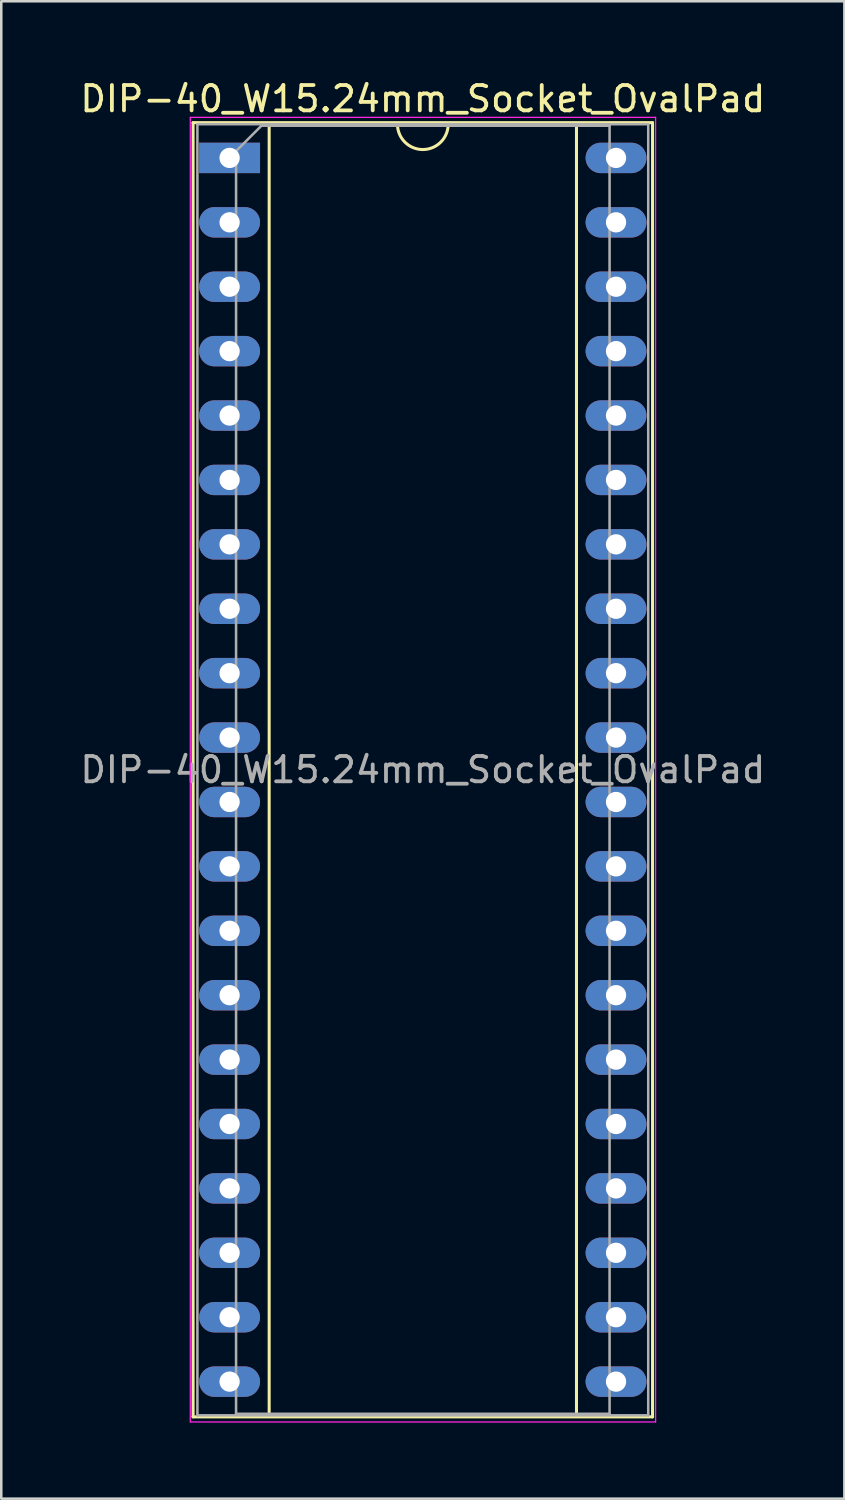
<source format=kicad_pcb>
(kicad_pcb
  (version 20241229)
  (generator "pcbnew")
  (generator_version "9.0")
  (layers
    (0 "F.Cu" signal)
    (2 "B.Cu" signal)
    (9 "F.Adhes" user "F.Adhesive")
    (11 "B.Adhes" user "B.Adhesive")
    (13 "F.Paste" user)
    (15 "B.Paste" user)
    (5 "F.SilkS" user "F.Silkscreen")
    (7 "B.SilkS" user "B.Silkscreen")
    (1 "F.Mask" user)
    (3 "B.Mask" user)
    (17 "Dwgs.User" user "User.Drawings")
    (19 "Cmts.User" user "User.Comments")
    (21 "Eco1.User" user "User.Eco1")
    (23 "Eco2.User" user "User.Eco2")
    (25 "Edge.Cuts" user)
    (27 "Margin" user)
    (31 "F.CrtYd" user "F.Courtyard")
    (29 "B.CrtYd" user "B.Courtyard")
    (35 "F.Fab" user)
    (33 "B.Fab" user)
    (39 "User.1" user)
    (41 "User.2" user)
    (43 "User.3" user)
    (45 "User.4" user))
  (footprint "DIP-40_W15.24mm_Socket_OvalPad"
    (layer "F.Cu")
    (at 6.005 3.178)
    (property "Reference" "DIP-40_W15.24mm_Socket_OvalPad" (at 7.62 -2.33 0) (layer "F.SilkS") (effects (font (size 1 1) (thickness 0.15))))
    (attr through_hole)
    (fp_line (start -1.44 -1.39) (end -1.44 49.65) (stroke (width 0.12) (type solid)) (layer "F.SilkS"))
    (fp_line (start -1.44 49.65) (end 16.68 49.65) (stroke (width 0.12) (type solid)) (layer "F.SilkS"))
    (fp_line (start 1.56 -1.33) (end 1.56 49.59) (stroke (width 0.12) (type solid)) (layer "F.SilkS"))
    (fp_line (start 1.56 49.59) (end 13.68 49.59) (stroke (width 0.12) (type solid)) (layer "F.SilkS"))
    (fp_line (start 6.62 -1.33) (end 1.56 -1.33) (stroke (width 0.12) (type solid)) (layer "F.SilkS"))
    (fp_line (start 13.68 -1.33) (end 8.62 -1.33) (stroke (width 0.12) (type solid)) (layer "F.SilkS"))
    (fp_line (start 13.68 49.59) (end 13.68 -1.33) (stroke (width 0.12) (type solid)) (layer "F.SilkS"))
    (fp_line (start 16.68 -1.39) (end -1.44 -1.39) (stroke (width 0.12) (type solid)) (layer "F.SilkS"))
    (fp_line (start 16.68 49.65) (end 16.68 -1.39) (stroke (width 0.12) (type solid)) (layer "F.SilkS"))
    (fp_arc (start 8.62 -1.33) (mid 7.62 -0.33) (end 6.62 -1.33) (stroke (width 0.12) (type solid)) (layer "F.SilkS"))
    (fp_line (start -1.55 -1.6) (end -1.55 49.85) (stroke (width 0.05) (type solid)) (layer "F.CrtYd"))
    (fp_line (start -1.55 49.85) (end 16.8 49.85) (stroke (width 0.05) (type solid)) (layer "F.CrtYd"))
    (fp_line (start 16.8 -1.6) (end -1.55 -1.6) (stroke (width 0.05) (type solid)) (layer "F.CrtYd"))
    (fp_line (start 16.8 49.85) (end 16.8 -1.6) (stroke (width 0.05) (type solid)) (layer "F.CrtYd"))
    (fp_line (start -1.27 -1.33) (end -1.27 49.59) (stroke (width 0.1) (type solid)) (layer "F.Fab"))
    (fp_line (start -1.27 49.59) (end 16.51 49.59) (stroke (width 0.1) (type solid)) (layer "F.Fab"))
    (fp_line (start 0.255 -0.27) (end 1.255 -1.27) (stroke (width 0.1) (type solid)) (layer "F.Fab"))
    (fp_line (start 0.255 49.53) (end 0.255 -0.27) (stroke (width 0.1) (type solid)) (layer "F.Fab"))
    (fp_line (start 1.255 -1.27) (end 14.985 -1.27) (stroke (width 0.1) (type solid)) (layer "F.Fab"))
    (fp_line (start 14.985 -1.27) (end 14.985 49.53) (stroke (width 0.1) (type solid)) (layer "F.Fab"))
    (fp_line (start 14.985 49.53) (end 0.255 49.53) (stroke (width 0.1) (type solid)) (layer "F.Fab"))
    (fp_line (start 16.51 -1.33) (end -1.27 -1.33) (stroke (width 0.1) (type solid)) (layer "F.Fab"))
    (fp_line (start 16.51 49.59) (end 16.51 -1.33) (stroke (width 0.1) (type solid)) (layer "F.Fab"))
    (fp_text user "${REFERENCE}" (at 7.62 24.13 0) (layer "F.Fab") (effects (font (size 1 1) (thickness 0.15))))
    (pad "1" thru_hole rect (at 0 0) (size 2.4 1.2) (drill 0.8) (layers "*.Cu" "*.Mask"))
    (pad "2" thru_hole oval (at 0 2.54) (size 2.4 1.2) (drill 0.8) (layers "*.Cu" "*.Mask"))
    (pad "3" thru_hole oval (at 0 5.08) (size 2.4 1.2) (drill 0.8) (layers "*.Cu" "*.Mask"))
    (pad "4" thru_hole oval (at 0 7.62) (size 2.4 1.2) (drill 0.8) (layers "*.Cu" "*.Mask"))
    (pad "5" thru_hole oval (at 0 10.16) (size 2.4 1.2) (drill 0.8) (layers "*.Cu" "*.Mask"))
    (pad "6" thru_hole oval (at 0 12.7) (size 2.4 1.2) (drill 0.8) (layers "*.Cu" "*.Mask"))
    (pad "7" thru_hole oval (at 0 15.24) (size 2.4 1.2) (drill 0.8) (layers "*.Cu" "*.Mask"))
    (pad "8" thru_hole oval (at 0 17.78) (size 2.4 1.2) (drill 0.8) (layers "*.Cu" "*.Mask"))
    (pad "9" thru_hole oval (at 0 20.32) (size 2.4 1.2) (drill 0.8) (layers "*.Cu" "*.Mask"))
    (pad "10" thru_hole oval (at 0 22.86) (size 2.4 1.2) (drill 0.8) (layers "*.Cu" "*.Mask"))
    (pad "11" thru_hole oval (at 0 25.4) (size 2.4 1.2) (drill 0.8) (layers "*.Cu" "*.Mask"))
    (pad "12" thru_hole oval (at 0 27.94) (size 2.4 1.2) (drill 0.8) (layers "*.Cu" "*.Mask"))
    (pad "13" thru_hole oval (at 0 30.48) (size 2.4 1.2) (drill 0.8) (layers "*.Cu" "*.Mask"))
    (pad "14" thru_hole oval (at 0 33.02) (size 2.4 1.2) (drill 0.8) (layers "*.Cu" "*.Mask"))
    (pad "15" thru_hole oval (at 0 35.56) (size 2.4 1.2) (drill 0.8) (layers "*.Cu" "*.Mask"))
    (pad "16" thru_hole oval (at 0 38.1) (size 2.4 1.2) (drill 0.8) (layers "*.Cu" "*.Mask"))
    (pad "17" thru_hole oval (at 0 40.64) (size 2.4 1.2) (drill 0.8) (layers "*.Cu" "*.Mask"))
    (pad "18" thru_hole oval (at 0 43.18) (size 2.4 1.2) (drill 0.8) (layers "*.Cu" "*.Mask"))
    (pad "19" thru_hole oval (at 0 45.72) (size 2.4 1.2) (drill 0.8) (layers "*.Cu" "*.Mask"))
    (pad "20" thru_hole oval (at 0 48.26) (size 2.4 1.2) (drill 0.8) (layers "*.Cu" "*.Mask"))
    (pad "21" thru_hole oval (at 15.24 48.26) (size 2.4 1.2) (drill 0.8) (layers "*.Cu" "*.Mask"))
    (pad "22" thru_hole oval (at 15.24 45.72) (size 2.4 1.2) (drill 0.8) (layers "*.Cu" "*.Mask"))
    (pad "23" thru_hole oval (at 15.24 43.18) (size 2.4 1.2) (drill 0.8) (layers "*.Cu" "*.Mask"))
    (pad "24" thru_hole oval (at 15.24 40.64) (size 2.4 1.2) (drill 0.8) (layers "*.Cu" "*.Mask"))
    (pad "25" thru_hole oval (at 15.24 38.1) (size 2.4 1.2) (drill 0.8) (layers "*.Cu" "*.Mask"))
    (pad "26" thru_hole oval (at 15.24 35.56) (size 2.4 1.2) (drill 0.8) (layers "*.Cu" "*.Mask"))
    (pad "27" thru_hole oval (at 15.24 33.02) (size 2.4 1.2) (drill 0.8) (layers "*.Cu" "*.Mask"))
    (pad "28" thru_hole oval (at 15.24 30.48) (size 2.4 1.2) (drill 0.8) (layers "*.Cu" "*.Mask"))
    (pad "29" thru_hole oval (at 15.24 27.94) (size 2.4 1.2) (drill 0.8) (layers "*.Cu" "*.Mask"))
    (pad "30" thru_hole oval (at 15.24 25.4) (size 2.4 1.2) (drill 0.8) (layers "*.Cu" "*.Mask"))
    (pad "31" thru_hole oval (at 15.24 22.86) (size 2.4 1.2) (drill 0.8) (layers "*.Cu" "*.Mask"))
    (pad "32" thru_hole oval (at 15.24 20.32) (size 2.4 1.2) (drill 0.8) (layers "*.Cu" "*.Mask"))
    (pad "33" thru_hole oval (at 15.24 17.78) (size 2.4 1.2) (drill 0.8) (layers "*.Cu" "*.Mask"))
    (pad "34" thru_hole oval (at 15.24 15.24) (size 2.4 1.2) (drill 0.8) (layers "*.Cu" "*.Mask"))
    (pad "35" thru_hole oval (at 15.24 12.7) (size 2.4 1.2) (drill 0.8) (layers "*.Cu" "*.Mask"))
    (pad "36" thru_hole oval (at 15.24 10.16) (size 2.4 1.2) (drill 0.8) (layers "*.Cu" "*.Mask"))
    (pad "37" thru_hole oval (at 15.24 7.62) (size 2.4 1.2) (drill 0.8) (layers "*.Cu" "*.Mask"))
    (pad "38" thru_hole oval (at 15.24 5.08) (size 2.4 1.2) (drill 0.8) (layers "*.Cu" "*.Mask"))
    (pad "39" thru_hole oval (at 15.24 2.54) (size 2.4 1.2) (drill 0.8) (layers "*.Cu" "*.Mask"))
    (pad "40" thru_hole oval (at 15.24 0) (size 2.4 1.2) (drill 0.8) (layers "*.Cu" "*.Mask")))
  (gr_rect
    (start -3 -3)
    (end 30.25 56.053)
    (stroke (width 0.1) (type default))
    (fill no)
    (layer "Edge.Cuts")))
</source>
